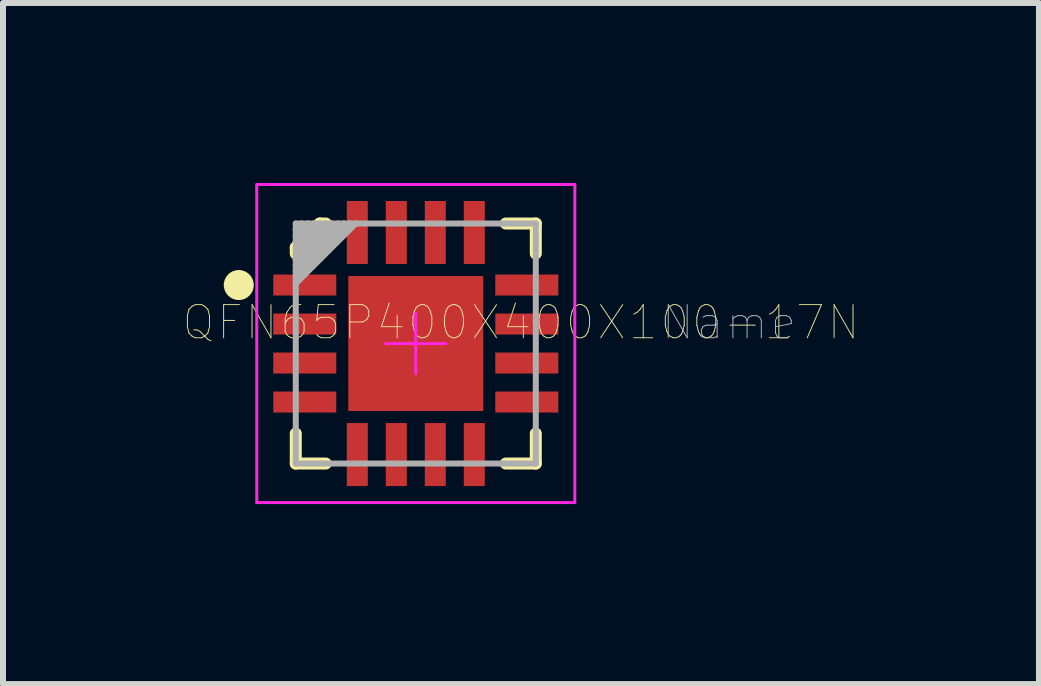
<source format=kicad_pcb>
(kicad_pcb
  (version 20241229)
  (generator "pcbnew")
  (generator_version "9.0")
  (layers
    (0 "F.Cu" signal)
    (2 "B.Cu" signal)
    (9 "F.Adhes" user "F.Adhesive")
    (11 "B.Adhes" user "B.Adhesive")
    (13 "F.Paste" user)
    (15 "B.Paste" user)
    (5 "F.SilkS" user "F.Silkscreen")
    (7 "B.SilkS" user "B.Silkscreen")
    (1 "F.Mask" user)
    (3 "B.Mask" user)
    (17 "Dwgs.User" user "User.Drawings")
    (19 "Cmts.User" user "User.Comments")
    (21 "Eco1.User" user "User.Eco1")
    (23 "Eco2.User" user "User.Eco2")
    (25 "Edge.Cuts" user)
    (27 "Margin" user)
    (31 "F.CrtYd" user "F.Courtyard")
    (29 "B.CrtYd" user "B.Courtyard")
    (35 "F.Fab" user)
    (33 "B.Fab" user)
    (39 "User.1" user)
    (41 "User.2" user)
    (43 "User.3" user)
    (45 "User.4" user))
  (footprint "QFN65P400X400X100-17N"
    (layer "F.Cu")
    (at 3.879 2.675)
    (property "Reference" "QFN65P400X400X100-17N" (at 1.753 -0.351 0) (layer "F.SilkS") (effects (font (size 0.552 0.552) (thickness 0.015))))
    (attr through_hole)
    (fp_line (start -2 -1.6) (end -1.6 -2) (stroke (width 0.2) (type solid)) (layer "F.SilkS"))
    (fp_line (start -2 -1.5) (end -2 -1.6) (stroke (width 0.2) (type solid)) (layer "F.SilkS"))
    (fp_line (start -2 1.5) (end -2 2) (stroke (width 0.2) (type solid)) (layer "F.SilkS"))
    (fp_line (start -2 2) (end -1.5 2) (stroke (width 0.2) (type solid)) (layer "F.SilkS"))
    (fp_line (start -1.6 -2) (end -1.5 -2) (stroke (width 0.2) (type solid)) (layer "F.SilkS"))
    (fp_line (start 2 -2) (end 1.5 -2) (stroke (width 0.2) (type solid)) (layer "F.SilkS"))
    (fp_line (start 2 -1.5) (end 2 -2) (stroke (width 0.2) (type solid)) (layer "F.SilkS"))
    (fp_line (start 2 1.5) (end 2 2) (stroke (width 0.2) (type solid)) (layer "F.SilkS"))
    (fp_line (start 2 2) (end 1.5 2) (stroke (width 0.2) (type solid)) (layer "F.SilkS"))
    (fp_circle (center -2.95 -0.975) (end -2.7 -0.975) (stroke (width 0) (type solid)) (fill yes) (layer "F.SilkS"))
    (fp_line (start -2.65 -2.65) (end 2.65 -2.65) (stroke (width 0.05) (type solid)) (layer "F.CrtYd"))
    (fp_line (start -2.65 2.65) (end -2.65 -2.65) (stroke (width 0.05) (type solid)) (layer "F.CrtYd"))
    (fp_line (start -0.5 0) (end 0.5 0) (stroke (width 0.05) (type solid)) (layer "F.CrtYd"))
    (fp_line (start 0 0.5) (end 0 -0.5) (stroke (width 0.05) (type solid)) (layer "F.CrtYd"))
    (fp_line (start 2.65 -2.65) (end 2.65 2.65) (stroke (width 0.05) (type solid)) (layer "F.CrtYd"))
    (fp_line (start 2.65 2.65) (end -2.65 2.65) (stroke (width 0.05) (type solid)) (layer "F.CrtYd"))
    (fp_line (start -2 -2) (end -1.9 -2) (stroke (width 0.1) (type solid)) (layer "F.Fab"))
    (fp_line (start -2 -1.9) (end -2 -2) (stroke (width 0.1) (type solid)) (layer "F.Fab"))
    (fp_line (start -2 -1.8) (end -2 -1.9) (stroke (width 0.1) (type solid)) (layer "F.Fab"))
    (fp_line (start -2 -1.7) (end -2 -1.8) (stroke (width 0.1) (type solid)) (layer "F.Fab"))
    (fp_line (start -2 -1.6) (end -2 -1.7) (stroke (width 0.1) (type solid)) (layer "F.Fab"))
    (fp_line (start -2 -1.5) (end -2 -1.6) (stroke (width 0.1) (type solid)) (layer "F.Fab"))
    (fp_line (start -2 -1.4) (end -2 -1.5) (stroke (width 0.1) (type solid)) (layer "F.Fab"))
    (fp_line (start -2 -1.3) (end -2 -1.4) (stroke (width 0.1) (type solid)) (layer "F.Fab"))
    (fp_line (start -2 -1.2) (end -2 -1.3) (stroke (width 0.1) (type solid)) (layer "F.Fab"))
    (fp_line (start -2 -1.1) (end -2 -1.2) (stroke (width 0.1) (type solid)) (layer "F.Fab"))
    (fp_line (start -2 -1) (end -2 -1.1) (stroke (width 0.1) (type solid)) (layer "F.Fab"))
    (fp_line (start -2 2) (end -2 -1) (stroke (width 0.1) (type solid)) (layer "F.Fab"))
    (fp_line (start -1.9 -2) (end -2 -1.9) (stroke (width 0.1) (type solid)) (layer "F.Fab"))
    (fp_line (start -1.9 -2) (end -1.8 -2) (stroke (width 0.1) (type solid)) (layer "F.Fab"))
    (fp_line (start -1.8 -2) (end -2 -1.8) (stroke (width 0.1) (type solid)) (layer "F.Fab"))
    (fp_line (start -1.8 -2) (end -1.7 -2) (stroke (width 0.1) (type solid)) (layer "F.Fab"))
    (fp_line (start -1.7 -2) (end -2 -1.7) (stroke (width 0.1) (type solid)) (layer "F.Fab"))
    (fp_line (start -1.7 -2) (end -1.6 -2) (stroke (width 0.1) (type solid)) (layer "F.Fab"))
    (fp_line (start -1.6 -2) (end -2 -1.6) (stroke (width 0.1) (type solid)) (layer "F.Fab"))
    (fp_line (start -1.6 -2) (end -1.5 -2) (stroke (width 0.1) (type solid)) (layer "F.Fab"))
    (fp_line (start -1.5 -2) (end -2 -1.5) (stroke (width 0.1) (type solid)) (layer "F.Fab"))
    (fp_line (start -1.5 -2) (end -1.4 -2) (stroke (width 0.1) (type solid)) (layer "F.Fab"))
    (fp_line (start -1.4 -2) (end -2 -1.4) (stroke (width 0.1) (type solid)) (layer "F.Fab"))
    (fp_line (start -1.4 -2) (end -1.3 -2) (stroke (width 0.1) (type solid)) (layer "F.Fab"))
    (fp_line (start -1.3 -2) (end -2 -1.3) (stroke (width 0.1) (type solid)) (layer "F.Fab"))
    (fp_line (start -1.3 -2) (end -1.2 -2) (stroke (width 0.1) (type solid)) (layer "F.Fab"))
    (fp_line (start -1.2 -2) (end -2 -1.2) (stroke (width 0.1) (type solid)) (layer "F.Fab"))
    (fp_line (start -1.2 -2) (end -1.1 -2) (stroke (width 0.1) (type solid)) (layer "F.Fab"))
    (fp_line (start -1.1 -2) (end -2 -1.1) (stroke (width 0.1) (type solid)) (layer "F.Fab"))
    (fp_line (start -1.1 -2) (end -1 -2) (stroke (width 0.1) (type solid)) (layer "F.Fab"))
    (fp_line (start -1 -2) (end -2 -1) (stroke (width 0.1) (type solid)) (layer "F.Fab"))
    (fp_line (start -1 -2) (end 2 -2) (stroke (width 0.1) (type solid)) (layer "F.Fab"))
    (fp_line (start 2 -2) (end 2 2) (stroke (width 0.1) (type solid)) (layer "F.Fab"))
    (fp_line (start 2 2) (end -2 2) (stroke (width 0.1) (type solid)) (layer "F.Fab"))
    (fp_text user "Name" (at 5.219 -0.351 0) (layer "Dwgs.User") (effects (font (size 0.552 0.552) (thickness 0.015))))
    (pad "1" smd rect (at -1.85 -0.975) (size 1.05 0.35) (layers "F.Cu" "F.Mask" "F.Paste"))
    (pad "2" smd rect (at -1.85 -0.325) (size 1.05 0.35) (layers "F.Cu" "F.Mask" "F.Paste"))
    (pad "3" smd rect (at -1.85 0.325) (size 1.05 0.35) (layers "F.Cu" "F.Mask" "F.Paste"))
    (pad "4" smd rect (at -1.85 0.975) (size 1.05 0.35) (layers "F.Cu" "F.Mask" "F.Paste"))
    (pad "5" smd rect (at -0.975 1.85) (size 0.35 1.05) (layers "F.Cu" "F.Mask" "F.Paste"))
    (pad "6" smd rect (at -0.325 1.85) (size 0.35 1.05) (layers "F.Cu" "F.Mask" "F.Paste"))
    (pad "7" smd rect (at 0.325 1.85) (size 0.35 1.05) (layers "F.Cu" "F.Mask" "F.Paste"))
    (pad "8" smd rect (at 0.975 1.85) (size 0.35 1.05) (layers "F.Cu" "F.Mask" "F.Paste"))
    (pad "9" smd rect (at 1.85 0.975) (size 1.05 0.35) (layers "F.Cu" "F.Mask" "F.Paste"))
    (pad "10" smd rect (at 1.85 0.325) (size 1.05 0.35) (layers "F.Cu" "F.Mask" "F.Paste"))
    (pad "11" smd rect (at 1.85 -0.325) (size 1.05 0.35) (layers "F.Cu" "F.Mask" "F.Paste"))
    (pad "12" smd rect (at 1.85 -0.975) (size 1.05 0.35) (layers "F.Cu" "F.Mask" "F.Paste"))
    (pad "13" smd rect (at 0.975 -1.85) (size 0.35 1.05) (layers "F.Cu" "F.Mask" "F.Paste"))
    (pad "14" smd rect (at 0.325 -1.85) (size 0.35 1.05) (layers "F.Cu" "F.Mask" "F.Paste"))
    (pad "15" smd rect (at -0.325 -1.85) (size 0.35 1.05) (layers "F.Cu" "F.Mask" "F.Paste"))
    (pad "16" smd rect (at -0.975 -1.85) (size 0.35 1.05) (layers "F.Cu" "F.Mask" "F.Paste"))
    (pad "17" smd rect (at 0 0) (size 2.25 2.25) (layers "F.Cu" "F.Mask" "F.Paste")))
  (gr_rect
    (start -3 -3)
    (end 14.264 8.35)
    (stroke (width 0.1) (type default))
    (fill no)
    (layer "Edge.Cuts")))
</source>
